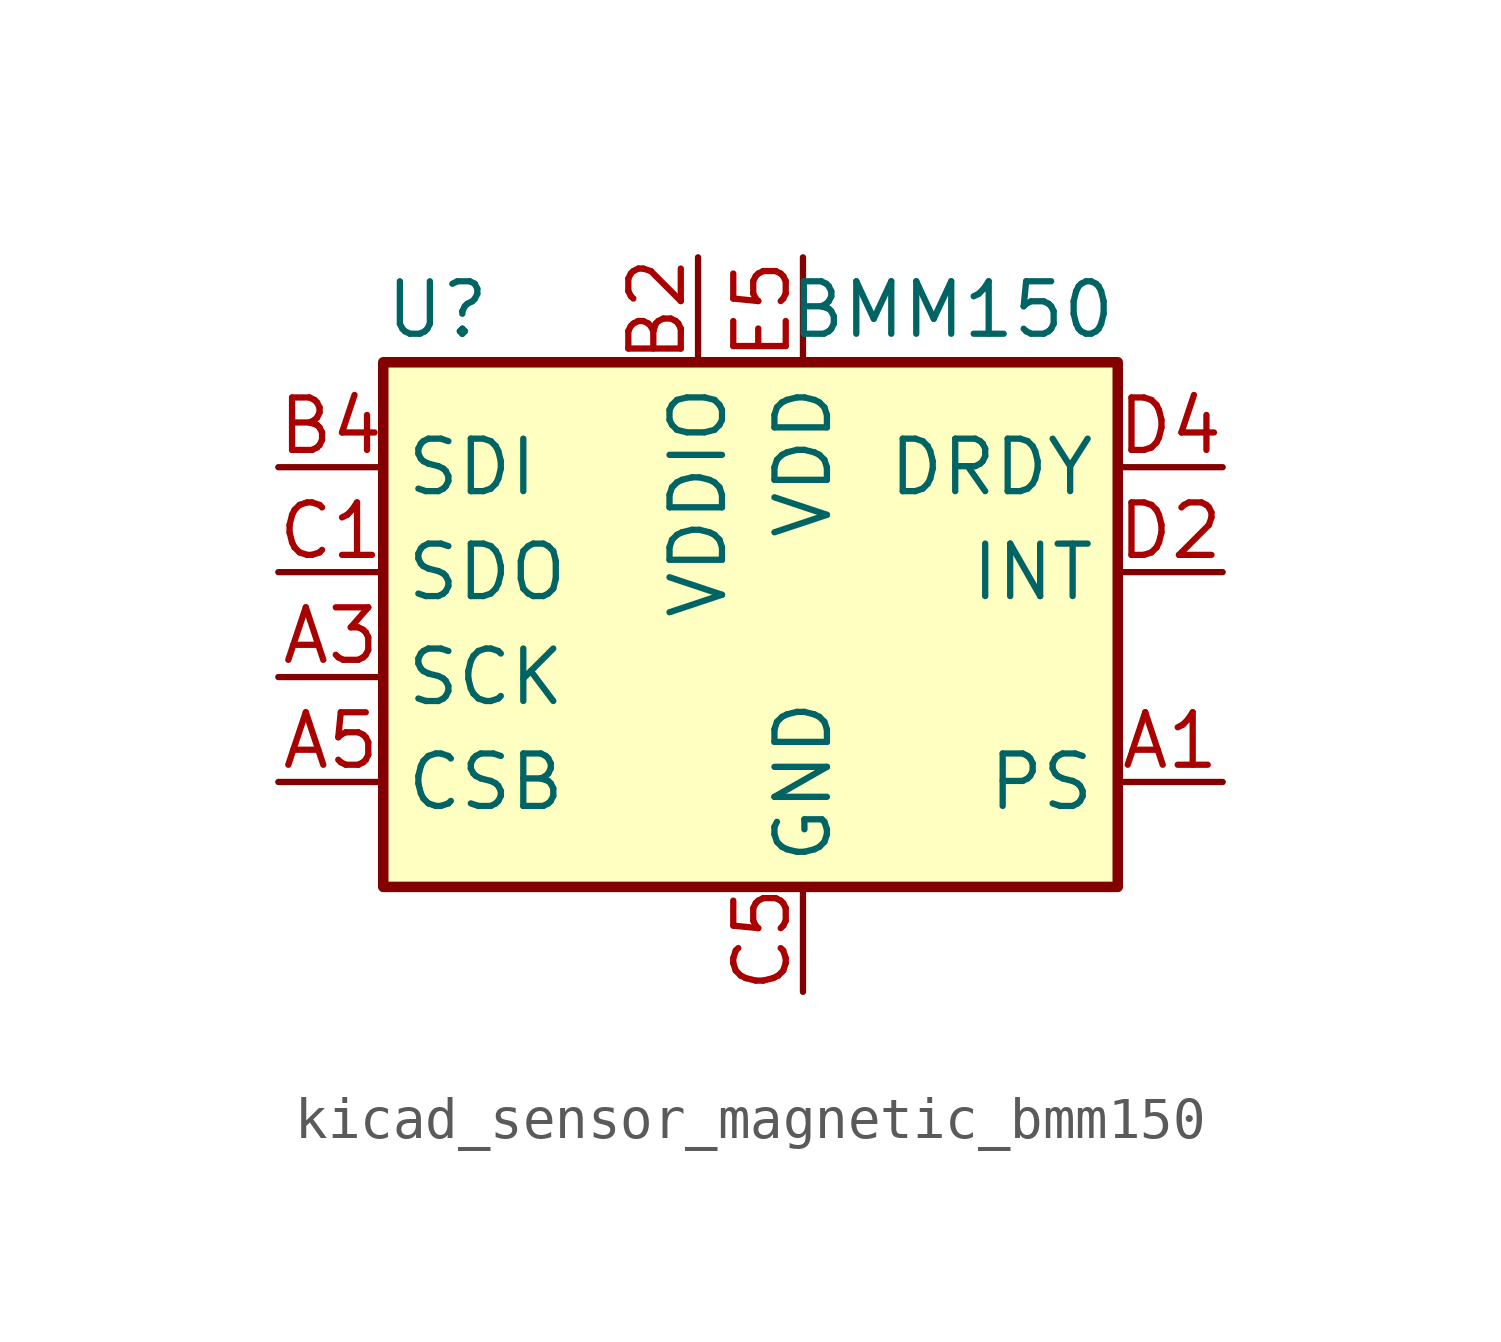
<source format=kicad_sym>
(kicad_symbol_lib
  (version 20220914)
  (generator kicad_symbol_editor)
  (symbol "kicad_sensor_magnetic_bmm150"
    (property "Reference" "U"
      (at -10.16 6.35 0)
      (effects (font (size 1.27 1.27)) (justify left)))
    (property "Value" "BMM150"
      (at 7.62 6.35 0)
      (effects (font (size 1.27 1.27)) (justify right)))
    (symbol "kicad_sensor_magnetic_bmm150_0_1"
      (rectangle (start -10.16 5.08) (end 7.62 -7.62) (stroke (width 0.254) (type default)) (fill (type background))))
    (symbol "kicad_sensor_magnetic_bmm150_1_1"
      (pin input line (at 10.16 -5.08 180) (length 2.54) (name "PS" (effects (font (size 1.27 1.27)))) (number "A1" (effects (font (size 1.27 1.27)))))
      (pin bidirectional line (at -12.7 -2.54 0) (length 2.54) (name "SCK" (effects (font (size 1.27 1.27)))) (number "A3" (effects (font (size 1.27 1.27)))))
      (pin input line (at -12.7 -5.08 0) (length 2.54) (name "CSB" (effects (font (size 1.27 1.27)))) (number "A5" (effects (font (size 1.27 1.27)))))
      (pin power_in line (at -2.54 7.62 270) (length 2.54) (name "VDDIO" (effects (font (size 1.27 1.27)))) (number "B2" (effects (font (size 1.27 1.27)))))
      (pin bidirectional line (at -12.7 2.54 0) (length 2.54) (name "SDI" (effects (font (size 1.27 1.27)))) (number "B4" (effects (font (size 1.27 1.27)))))
      (pin bidirectional line (at -12.7 0 0) (length 2.54) (name "SDO" (effects (font (size 1.27 1.27)))) (number "C1" (effects (font (size 1.27 1.27)))))
      (pin power_in line (at 0 -10.16 90) (length 2.54) (name "GND" (effects (font (size 1.27 1.27)))) (number "C5" (effects (font (size 1.27 1.27)))))
      (pin output line (at 10.16 0 180) (length 2.54) (name "INT" (effects (font (size 1.27 1.27)))) (number "D2" (effects (font (size 1.27 1.27)))))
      (pin output line (at 10.16 2.54 180) (length 2.54) (name "DRDY" (effects (font (size 1.27 1.27)))) (number "D4" (effects (font (size 1.27 1.27)))))
      (pin passive line (at 0 -10.16 90) (length 2.54) hide (name "GND" (effects (font (size 1.27 1.27)))) (number "E1" (effects (font (size 1.27 1.27)))))
      (pin passive line (at 0 -10.16 90) (length 2.54) hide (name "GND" (effects (font (size 1.27 1.27)))) (number "E3" (effects (font (size 1.27 1.27)))))
      (pin power_in line (at 0 7.62 270) (length 2.54) (name "VDD" (effects (font (size 1.27 1.27)))) (number "E5" (effects (font (size 1.27 1.27))))))))
</source>
